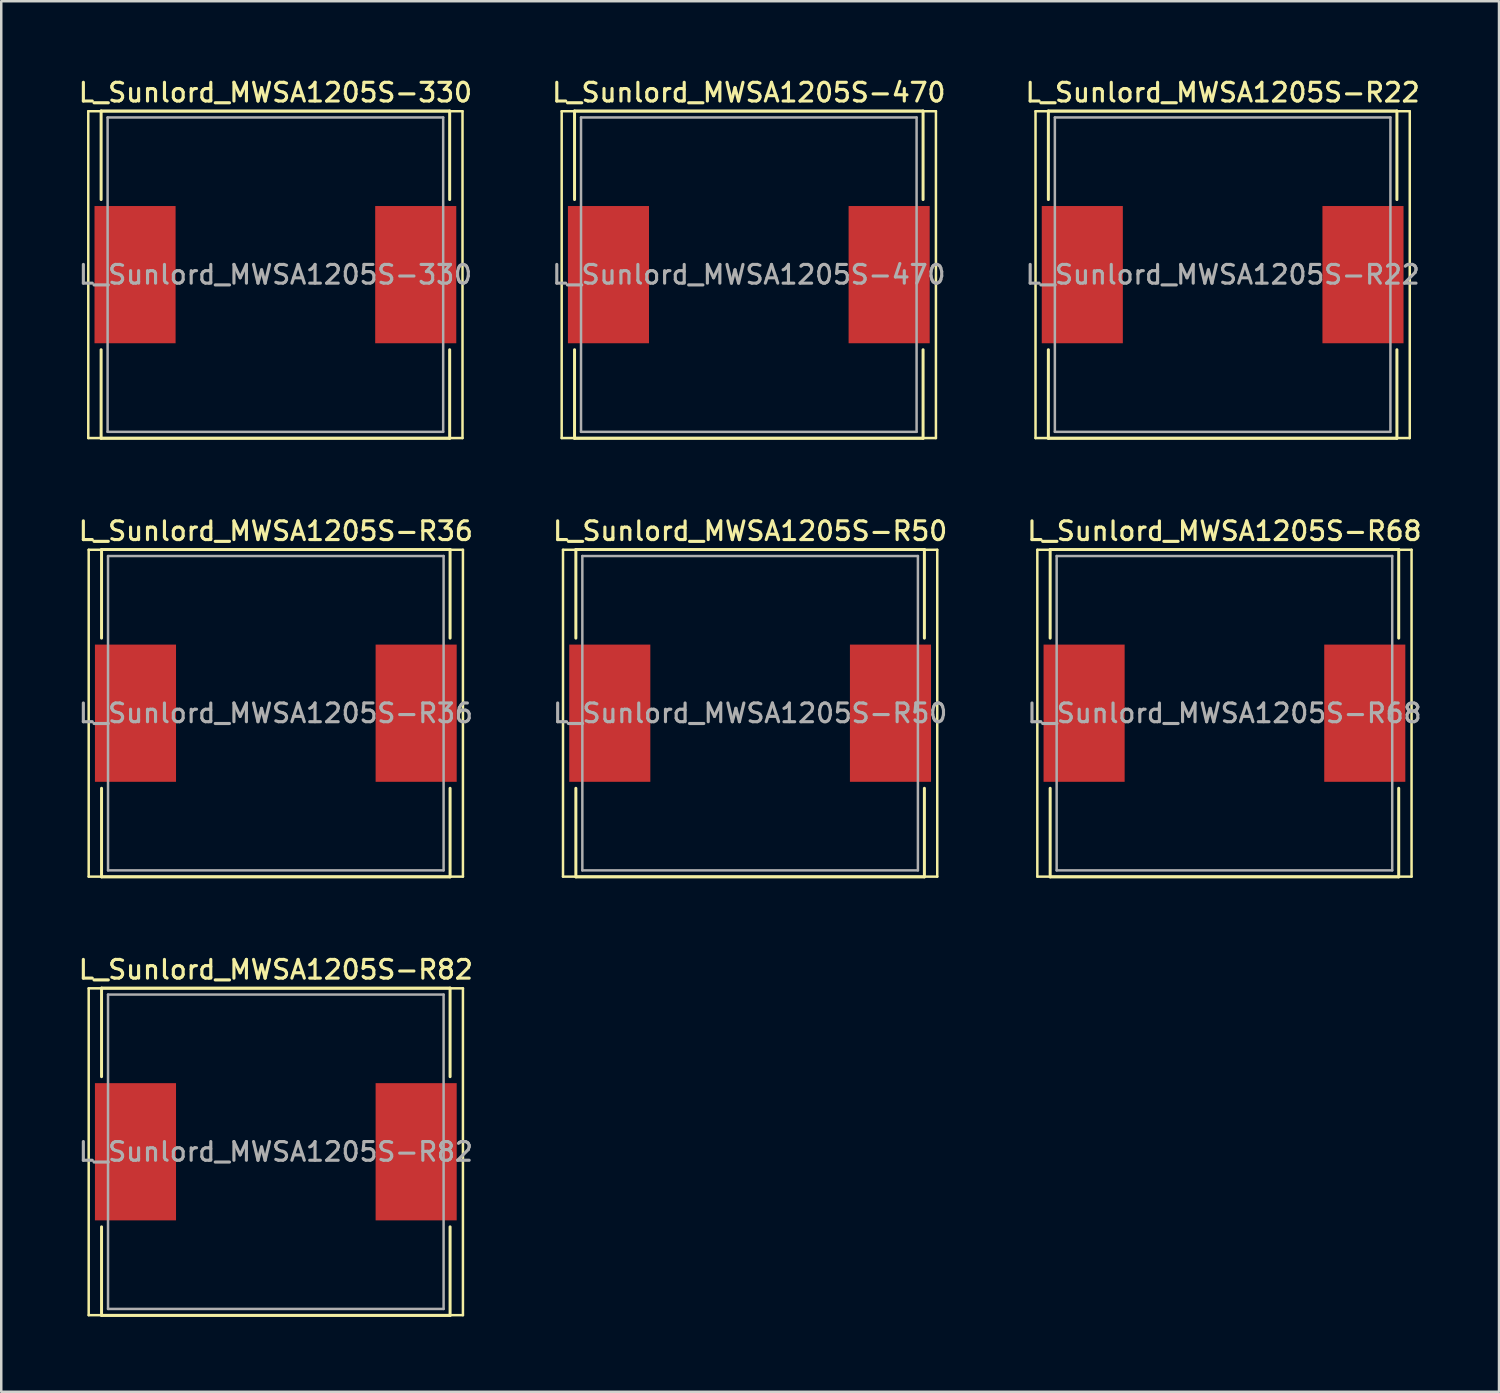
<source format=kicad_pcb>
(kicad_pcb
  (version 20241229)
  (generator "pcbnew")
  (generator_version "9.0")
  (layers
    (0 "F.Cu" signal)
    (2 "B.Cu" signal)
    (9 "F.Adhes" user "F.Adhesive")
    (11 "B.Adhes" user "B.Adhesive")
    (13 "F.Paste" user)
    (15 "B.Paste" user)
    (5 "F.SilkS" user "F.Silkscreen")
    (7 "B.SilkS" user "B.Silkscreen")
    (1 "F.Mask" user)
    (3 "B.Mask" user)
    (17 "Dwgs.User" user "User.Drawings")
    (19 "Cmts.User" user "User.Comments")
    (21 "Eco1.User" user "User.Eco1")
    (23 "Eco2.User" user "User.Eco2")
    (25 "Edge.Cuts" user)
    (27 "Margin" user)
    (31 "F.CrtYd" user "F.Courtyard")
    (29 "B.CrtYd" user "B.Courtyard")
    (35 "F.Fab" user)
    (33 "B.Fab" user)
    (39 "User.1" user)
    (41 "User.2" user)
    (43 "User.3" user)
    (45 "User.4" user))
  (footprint "L_Sunlord_MWSA1205S-330"
    (layer "F.Cu")
    (at 7.988 7.958)
    (property "Reference" "L_Sunlord_MWSA1205S-330" (at 0 -7.3 0) (layer "F.SilkS") (effects (font (size 0.75 0.75) (thickness 0.125))))
    (attr smd)
    (fp_line (start -7.5 -6.55) (end -7.5 6.55) (stroke (width 0.1) (type solid)) (layer "F.SilkS"))
    (fp_line (start -7.5 6.55) (end 7.5 6.55) (stroke (width 0.1) (type solid)) (layer "F.SilkS"))
    (fp_line (start -6.985 -6.56) (end -6.985 -3.01) (stroke (width 0.12) (type solid)) (layer "F.SilkS"))
    (fp_line (start -6.985 -6.56) (end 6.985 -6.56) (stroke (width 0.12) (type solid)) (layer "F.SilkS"))
    (fp_line (start -6.985 6.56) (end -6.985 3.01) (stroke (width 0.12) (type solid)) (layer "F.SilkS"))
    (fp_line (start -6.985 6.56) (end 6.985 6.56) (stroke (width 0.12) (type solid)) (layer "F.SilkS"))
    (fp_line (start 6.985 -6.56) (end 6.985 -3.01) (stroke (width 0.12) (type solid)) (layer "F.SilkS"))
    (fp_line (start 6.985 6.56) (end 6.985 3.01) (stroke (width 0.12) (type solid)) (layer "F.SilkS"))
    (fp_line (start 7.5 -6.55) (end -7.5 -6.55) (stroke (width 0.1) (type solid)) (layer "F.SilkS"))
    (fp_line (start 7.5 6.55) (end 7.5 -6.55) (stroke (width 0.1) (type solid)) (layer "F.SilkS"))
    (fp_line (start -6.725 -6.3) (end -6.725 6.3) (stroke (width 0.1) (type solid)) (layer "F.Fab"))
    (fp_line (start -6.725 6.3) (end 6.725 6.3) (stroke (width 0.1) (type solid)) (layer "F.Fab"))
    (fp_line (start 6.725 -6.3) (end -6.725 -6.3) (stroke (width 0.1) (type solid)) (layer "F.Fab"))
    (fp_line (start 6.725 6.3) (end 6.725 -6.3) (stroke (width 0.1) (type solid)) (layer "F.Fab"))
    (fp_text user "${REFERENCE}" (at 0 0 0) (layer "F.Fab") (effects (font (size 0.75 0.75) (thickness 0.125))))
    (pad "1" smd rect (at -5.625 0) (size 3.25 5.5) (layers "F.Cu" "F.Mask" "F.Paste"))
    (pad "2" smd rect (at 5.625 0) (size 3.25 5.5) (layers "F.Cu" "F.Mask" "F.Paste")))
  (footprint "L_Sunlord_MWSA1205S-R68"
    (layer "F.Cu")
    (at 46.027 25.536)
    (property "Reference" "L_Sunlord_MWSA1205S-R68" (at 0 -7.3 0) (layer "F.SilkS") (effects (font (size 0.75 0.75) (thickness 0.125))))
    (attr smd)
    (fp_line (start -7.5 -6.55) (end -7.5 6.55) (stroke (width 0.1) (type solid)) (layer "F.SilkS"))
    (fp_line (start -7.5 6.55) (end 7.5 6.55) (stroke (width 0.1) (type solid)) (layer "F.SilkS"))
    (fp_line (start -6.985 -6.56) (end -6.985 -3.01) (stroke (width 0.12) (type solid)) (layer "F.SilkS"))
    (fp_line (start -6.985 -6.56) (end 6.985 -6.56) (stroke (width 0.12) (type solid)) (layer "F.SilkS"))
    (fp_line (start -6.985 6.56) (end -6.985 3.01) (stroke (width 0.12) (type solid)) (layer "F.SilkS"))
    (fp_line (start -6.985 6.56) (end 6.985 6.56) (stroke (width 0.12) (type solid)) (layer "F.SilkS"))
    (fp_line (start 6.985 -6.56) (end 6.985 -3.01) (stroke (width 0.12) (type solid)) (layer "F.SilkS"))
    (fp_line (start 6.985 6.56) (end 6.985 3.01) (stroke (width 0.12) (type solid)) (layer "F.SilkS"))
    (fp_line (start 7.5 -6.55) (end -7.5 -6.55) (stroke (width 0.1) (type solid)) (layer "F.SilkS"))
    (fp_line (start 7.5 6.55) (end 7.5 -6.55) (stroke (width 0.1) (type solid)) (layer "F.SilkS"))
    (fp_line (start -6.725 -6.3) (end -6.725 6.3) (stroke (width 0.1) (type solid)) (layer "F.Fab"))
    (fp_line (start -6.725 6.3) (end 6.725 6.3) (stroke (width 0.1) (type solid)) (layer "F.Fab"))
    (fp_line (start 6.725 -6.3) (end -6.725 -6.3) (stroke (width 0.1) (type solid)) (layer "F.Fab"))
    (fp_line (start 6.725 6.3) (end 6.725 -6.3) (stroke (width 0.1) (type solid)) (layer "F.Fab"))
    (fp_text user "${REFERENCE}" (at 0 0 0) (layer "F.Fab") (effects (font (size 0.75 0.75) (thickness 0.125))))
    (pad "1" smd rect (at -5.625 0) (size 3.25 5.5) (layers "F.Cu" "F.Mask" "F.Paste"))
    (pad "2" smd rect (at 5.625 0) (size 3.25 5.5) (layers "F.Cu" "F.Mask" "F.Paste")))
  (footprint "L_Sunlord_MWSA1205S-R36"
    (layer "F.Cu")
    (at 8.005 25.536)
    (property "Reference" "L_Sunlord_MWSA1205S-R36" (at 0 -7.3 0) (layer "F.SilkS") (effects (font (size 0.75 0.75) (thickness 0.125))))
    (attr smd)
    (fp_line (start -7.5 -6.55) (end -7.5 6.55) (stroke (width 0.1) (type solid)) (layer "F.SilkS"))
    (fp_line (start -7.5 6.55) (end 7.5 6.55) (stroke (width 0.1) (type solid)) (layer "F.SilkS"))
    (fp_line (start -6.985 -6.56) (end -6.985 -3.01) (stroke (width 0.12) (type solid)) (layer "F.SilkS"))
    (fp_line (start -6.985 -6.56) (end 6.985 -6.56) (stroke (width 0.12) (type solid)) (layer "F.SilkS"))
    (fp_line (start -6.985 6.56) (end -6.985 3.01) (stroke (width 0.12) (type solid)) (layer "F.SilkS"))
    (fp_line (start -6.985 6.56) (end 6.985 6.56) (stroke (width 0.12) (type solid)) (layer "F.SilkS"))
    (fp_line (start 6.985 -6.56) (end 6.985 -3.01) (stroke (width 0.12) (type solid)) (layer "F.SilkS"))
    (fp_line (start 6.985 6.56) (end 6.985 3.01) (stroke (width 0.12) (type solid)) (layer "F.SilkS"))
    (fp_line (start 7.5 -6.55) (end -7.5 -6.55) (stroke (width 0.1) (type solid)) (layer "F.SilkS"))
    (fp_line (start 7.5 6.55) (end 7.5 -6.55) (stroke (width 0.1) (type solid)) (layer "F.SilkS"))
    (fp_line (start -6.725 -6.3) (end -6.725 6.3) (stroke (width 0.1) (type solid)) (layer "F.Fab"))
    (fp_line (start -6.725 6.3) (end 6.725 6.3) (stroke (width 0.1) (type solid)) (layer "F.Fab"))
    (fp_line (start 6.725 -6.3) (end -6.725 -6.3) (stroke (width 0.1) (type solid)) (layer "F.Fab"))
    (fp_line (start 6.725 6.3) (end 6.725 -6.3) (stroke (width 0.1) (type solid)) (layer "F.Fab"))
    (fp_text user "${REFERENCE}" (at 0 0 0) (layer "F.Fab") (effects (font (size 0.75 0.75) (thickness 0.125))))
    (pad "1" smd rect (at -5.625 0) (size 3.25 5.5) (layers "F.Cu" "F.Mask" "F.Paste"))
    (pad "2" smd rect (at 5.625 0) (size 3.25 5.5) (layers "F.Cu" "F.Mask" "F.Paste")))
  (footprint "L_Sunlord_MWSA1205S-R50"
    (layer "F.Cu")
    (at 27.016 25.536)
    (property "Reference" "L_Sunlord_MWSA1205S-R50" (at 0 -7.3 0) (layer "F.SilkS") (effects (font (size 0.75 0.75) (thickness 0.125))))
    (attr smd)
    (fp_line (start -7.5 -6.55) (end -7.5 6.55) (stroke (width 0.1) (type solid)) (layer "F.SilkS"))
    (fp_line (start -7.5 6.55) (end 7.5 6.55) (stroke (width 0.1) (type solid)) (layer "F.SilkS"))
    (fp_line (start -6.985 -6.56) (end -6.985 -3.01) (stroke (width 0.12) (type solid)) (layer "F.SilkS"))
    (fp_line (start -6.985 -6.56) (end 6.985 -6.56) (stroke (width 0.12) (type solid)) (layer "F.SilkS"))
    (fp_line (start -6.985 6.56) (end -6.985 3.01) (stroke (width 0.12) (type solid)) (layer "F.SilkS"))
    (fp_line (start -6.985 6.56) (end 6.985 6.56) (stroke (width 0.12) (type solid)) (layer "F.SilkS"))
    (fp_line (start 6.985 -6.56) (end 6.985 -3.01) (stroke (width 0.12) (type solid)) (layer "F.SilkS"))
    (fp_line (start 6.985 6.56) (end 6.985 3.01) (stroke (width 0.12) (type solid)) (layer "F.SilkS"))
    (fp_line (start 7.5 -6.55) (end -7.5 -6.55) (stroke (width 0.1) (type solid)) (layer "F.SilkS"))
    (fp_line (start 7.5 6.55) (end 7.5 -6.55) (stroke (width 0.1) (type solid)) (layer "F.SilkS"))
    (fp_line (start -6.725 -6.3) (end -6.725 6.3) (stroke (width 0.1) (type solid)) (layer "F.Fab"))
    (fp_line (start -6.725 6.3) (end 6.725 6.3) (stroke (width 0.1) (type solid)) (layer "F.Fab"))
    (fp_line (start 6.725 -6.3) (end -6.725 -6.3) (stroke (width 0.1) (type solid)) (layer "F.Fab"))
    (fp_line (start 6.725 6.3) (end 6.725 -6.3) (stroke (width 0.1) (type solid)) (layer "F.Fab"))
    (fp_text user "${REFERENCE}" (at 0 0 0) (layer "F.Fab") (effects (font (size 0.75 0.75) (thickness 0.125))))
    (pad "1" smd rect (at -5.625 0) (size 3.25 5.5) (layers "F.Cu" "F.Mask" "F.Paste"))
    (pad "2" smd rect (at 5.625 0) (size 3.25 5.5) (layers "F.Cu" "F.Mask" "F.Paste")))
  (footprint "L_Sunlord_MWSA1205S-R82"
    (layer "F.Cu")
    (at 8.005 43.114)
    (property "Reference" "L_Sunlord_MWSA1205S-R82" (at 0 -7.3 0) (layer "F.SilkS") (effects (font (size 0.75 0.75) (thickness 0.125))))
    (attr smd)
    (fp_line (start -7.5 -6.55) (end -7.5 6.55) (stroke (width 0.1) (type solid)) (layer "F.SilkS"))
    (fp_line (start -7.5 6.55) (end 7.5 6.55) (stroke (width 0.1) (type solid)) (layer "F.SilkS"))
    (fp_line (start -6.985 -6.56) (end -6.985 -3.01) (stroke (width 0.12) (type solid)) (layer "F.SilkS"))
    (fp_line (start -6.985 -6.56) (end 6.985 -6.56) (stroke (width 0.12) (type solid)) (layer "F.SilkS"))
    (fp_line (start -6.985 6.56) (end -6.985 3.01) (stroke (width 0.12) (type solid)) (layer "F.SilkS"))
    (fp_line (start -6.985 6.56) (end 6.985 6.56) (stroke (width 0.12) (type solid)) (layer "F.SilkS"))
    (fp_line (start 6.985 -6.56) (end 6.985 -3.01) (stroke (width 0.12) (type solid)) (layer "F.SilkS"))
    (fp_line (start 6.985 6.56) (end 6.985 3.01) (stroke (width 0.12) (type solid)) (layer "F.SilkS"))
    (fp_line (start 7.5 -6.55) (end -7.5 -6.55) (stroke (width 0.1) (type solid)) (layer "F.SilkS"))
    (fp_line (start 7.5 6.55) (end 7.5 -6.55) (stroke (width 0.1) (type solid)) (layer "F.SilkS"))
    (fp_line (start -6.725 -6.3) (end -6.725 6.3) (stroke (width 0.1) (type solid)) (layer "F.Fab"))
    (fp_line (start -6.725 6.3) (end 6.725 6.3) (stroke (width 0.1) (type solid)) (layer "F.Fab"))
    (fp_line (start 6.725 -6.3) (end -6.725 -6.3) (stroke (width 0.1) (type solid)) (layer "F.Fab"))
    (fp_line (start 6.725 6.3) (end 6.725 -6.3) (stroke (width 0.1) (type solid)) (layer "F.Fab"))
    (fp_text user "${REFERENCE}" (at 0 0 0) (layer "F.Fab") (effects (font (size 0.75 0.75) (thickness 0.125))))
    (pad "1" smd rect (at -5.625 0) (size 3.25 5.5) (layers "F.Cu" "F.Mask" "F.Paste"))
    (pad "2" smd rect (at 5.625 0) (size 3.25 5.5) (layers "F.Cu" "F.Mask" "F.Paste")))
  (footprint "L_Sunlord_MWSA1205S-R22"
    (layer "F.Cu")
    (at 45.955 7.958)
    (property "Reference" "L_Sunlord_MWSA1205S-R22" (at 0 -7.3 0) (layer "F.SilkS") (effects (font (size 0.75 0.75) (thickness 0.125))))
    (attr smd)
    (fp_line (start -7.5 -6.55) (end -7.5 6.55) (stroke (width 0.1) (type solid)) (layer "F.SilkS"))
    (fp_line (start -7.5 6.55) (end 7.5 6.55) (stroke (width 0.1) (type solid)) (layer "F.SilkS"))
    (fp_line (start -6.985 -6.56) (end -6.985 -3.01) (stroke (width 0.12) (type solid)) (layer "F.SilkS"))
    (fp_line (start -6.985 -6.56) (end 6.985 -6.56) (stroke (width 0.12) (type solid)) (layer "F.SilkS"))
    (fp_line (start -6.985 6.56) (end -6.985 3.01) (stroke (width 0.12) (type solid)) (layer "F.SilkS"))
    (fp_line (start -6.985 6.56) (end 6.985 6.56) (stroke (width 0.12) (type solid)) (layer "F.SilkS"))
    (fp_line (start 6.985 -6.56) (end 6.985 -3.01) (stroke (width 0.12) (type solid)) (layer "F.SilkS"))
    (fp_line (start 6.985 6.56) (end 6.985 3.01) (stroke (width 0.12) (type solid)) (layer "F.SilkS"))
    (fp_line (start 7.5 -6.55) (end -7.5 -6.55) (stroke (width 0.1) (type solid)) (layer "F.SilkS"))
    (fp_line (start 7.5 6.55) (end 7.5 -6.55) (stroke (width 0.1) (type solid)) (layer "F.SilkS"))
    (fp_line (start -6.725 -6.3) (end -6.725 6.3) (stroke (width 0.1) (type solid)) (layer "F.Fab"))
    (fp_line (start -6.725 6.3) (end 6.725 6.3) (stroke (width 0.1) (type solid)) (layer "F.Fab"))
    (fp_line (start 6.725 -6.3) (end -6.725 -6.3) (stroke (width 0.1) (type solid)) (layer "F.Fab"))
    (fp_line (start 6.725 6.3) (end 6.725 -6.3) (stroke (width 0.1) (type solid)) (layer "F.Fab"))
    (fp_text user "${REFERENCE}" (at 0 0 0) (layer "F.Fab") (effects (font (size 0.75 0.75) (thickness 0.125))))
    (pad "1" smd rect (at -5.625 0) (size 3.25 5.5) (layers "F.Cu" "F.Mask" "F.Paste"))
    (pad "2" smd rect (at 5.625 0) (size 3.25 5.5) (layers "F.Cu" "F.Mask" "F.Paste")))
  (footprint "L_Sunlord_MWSA1205S-470"
    (layer "F.Cu")
    (at 26.963 7.958)
    (property "Reference" "L_Sunlord_MWSA1205S-470" (at 0 -7.3 0) (layer "F.SilkS") (effects (font (size 0.75 0.75) (thickness 0.125))))
    (attr smd)
    (fp_line (start -7.5 -6.55) (end -7.5 6.55) (stroke (width 0.1) (type solid)) (layer "F.SilkS"))
    (fp_line (start -7.5 6.55) (end 7.5 6.55) (stroke (width 0.1) (type solid)) (layer "F.SilkS"))
    (fp_line (start -6.985 -6.56) (end -6.985 -3.01) (stroke (width 0.12) (type solid)) (layer "F.SilkS"))
    (fp_line (start -6.985 -6.56) (end 6.985 -6.56) (stroke (width 0.12) (type solid)) (layer "F.SilkS"))
    (fp_line (start -6.985 6.56) (end -6.985 3.01) (stroke (width 0.12) (type solid)) (layer "F.SilkS"))
    (fp_line (start -6.985 6.56) (end 6.985 6.56) (stroke (width 0.12) (type solid)) (layer "F.SilkS"))
    (fp_line (start 6.985 -6.56) (end 6.985 -3.01) (stroke (width 0.12) (type solid)) (layer "F.SilkS"))
    (fp_line (start 6.985 6.56) (end 6.985 3.01) (stroke (width 0.12) (type solid)) (layer "F.SilkS"))
    (fp_line (start 7.5 -6.55) (end -7.5 -6.55) (stroke (width 0.1) (type solid)) (layer "F.SilkS"))
    (fp_line (start 7.5 6.55) (end 7.5 -6.55) (stroke (width 0.1) (type solid)) (layer "F.SilkS"))
    (fp_line (start -6.725 -6.3) (end -6.725 6.3) (stroke (width 0.1) (type solid)) (layer "F.Fab"))
    (fp_line (start -6.725 6.3) (end 6.725 6.3) (stroke (width 0.1) (type solid)) (layer "F.Fab"))
    (fp_line (start 6.725 -6.3) (end -6.725 -6.3) (stroke (width 0.1) (type solid)) (layer "F.Fab"))
    (fp_line (start 6.725 6.3) (end 6.725 -6.3) (stroke (width 0.1) (type solid)) (layer "F.Fab"))
    (fp_text user "${REFERENCE}" (at 0 0 0) (layer "F.Fab") (effects (font (size 0.75 0.75) (thickness 0.125))))
    (pad "1" smd rect (at -5.625 0) (size 3.25 5.5) (layers "F.Cu" "F.Mask" "F.Paste"))
    (pad "2" smd rect (at 5.625 0) (size 3.25 5.5) (layers "F.Cu" "F.Mask" "F.Paste")))
  (gr_rect
    (start -3 -3)
    (end 57.032 52.734)
    (stroke (width 0.1) (type default))
    (fill no)
    (layer "Edge.Cuts")))
</source>
